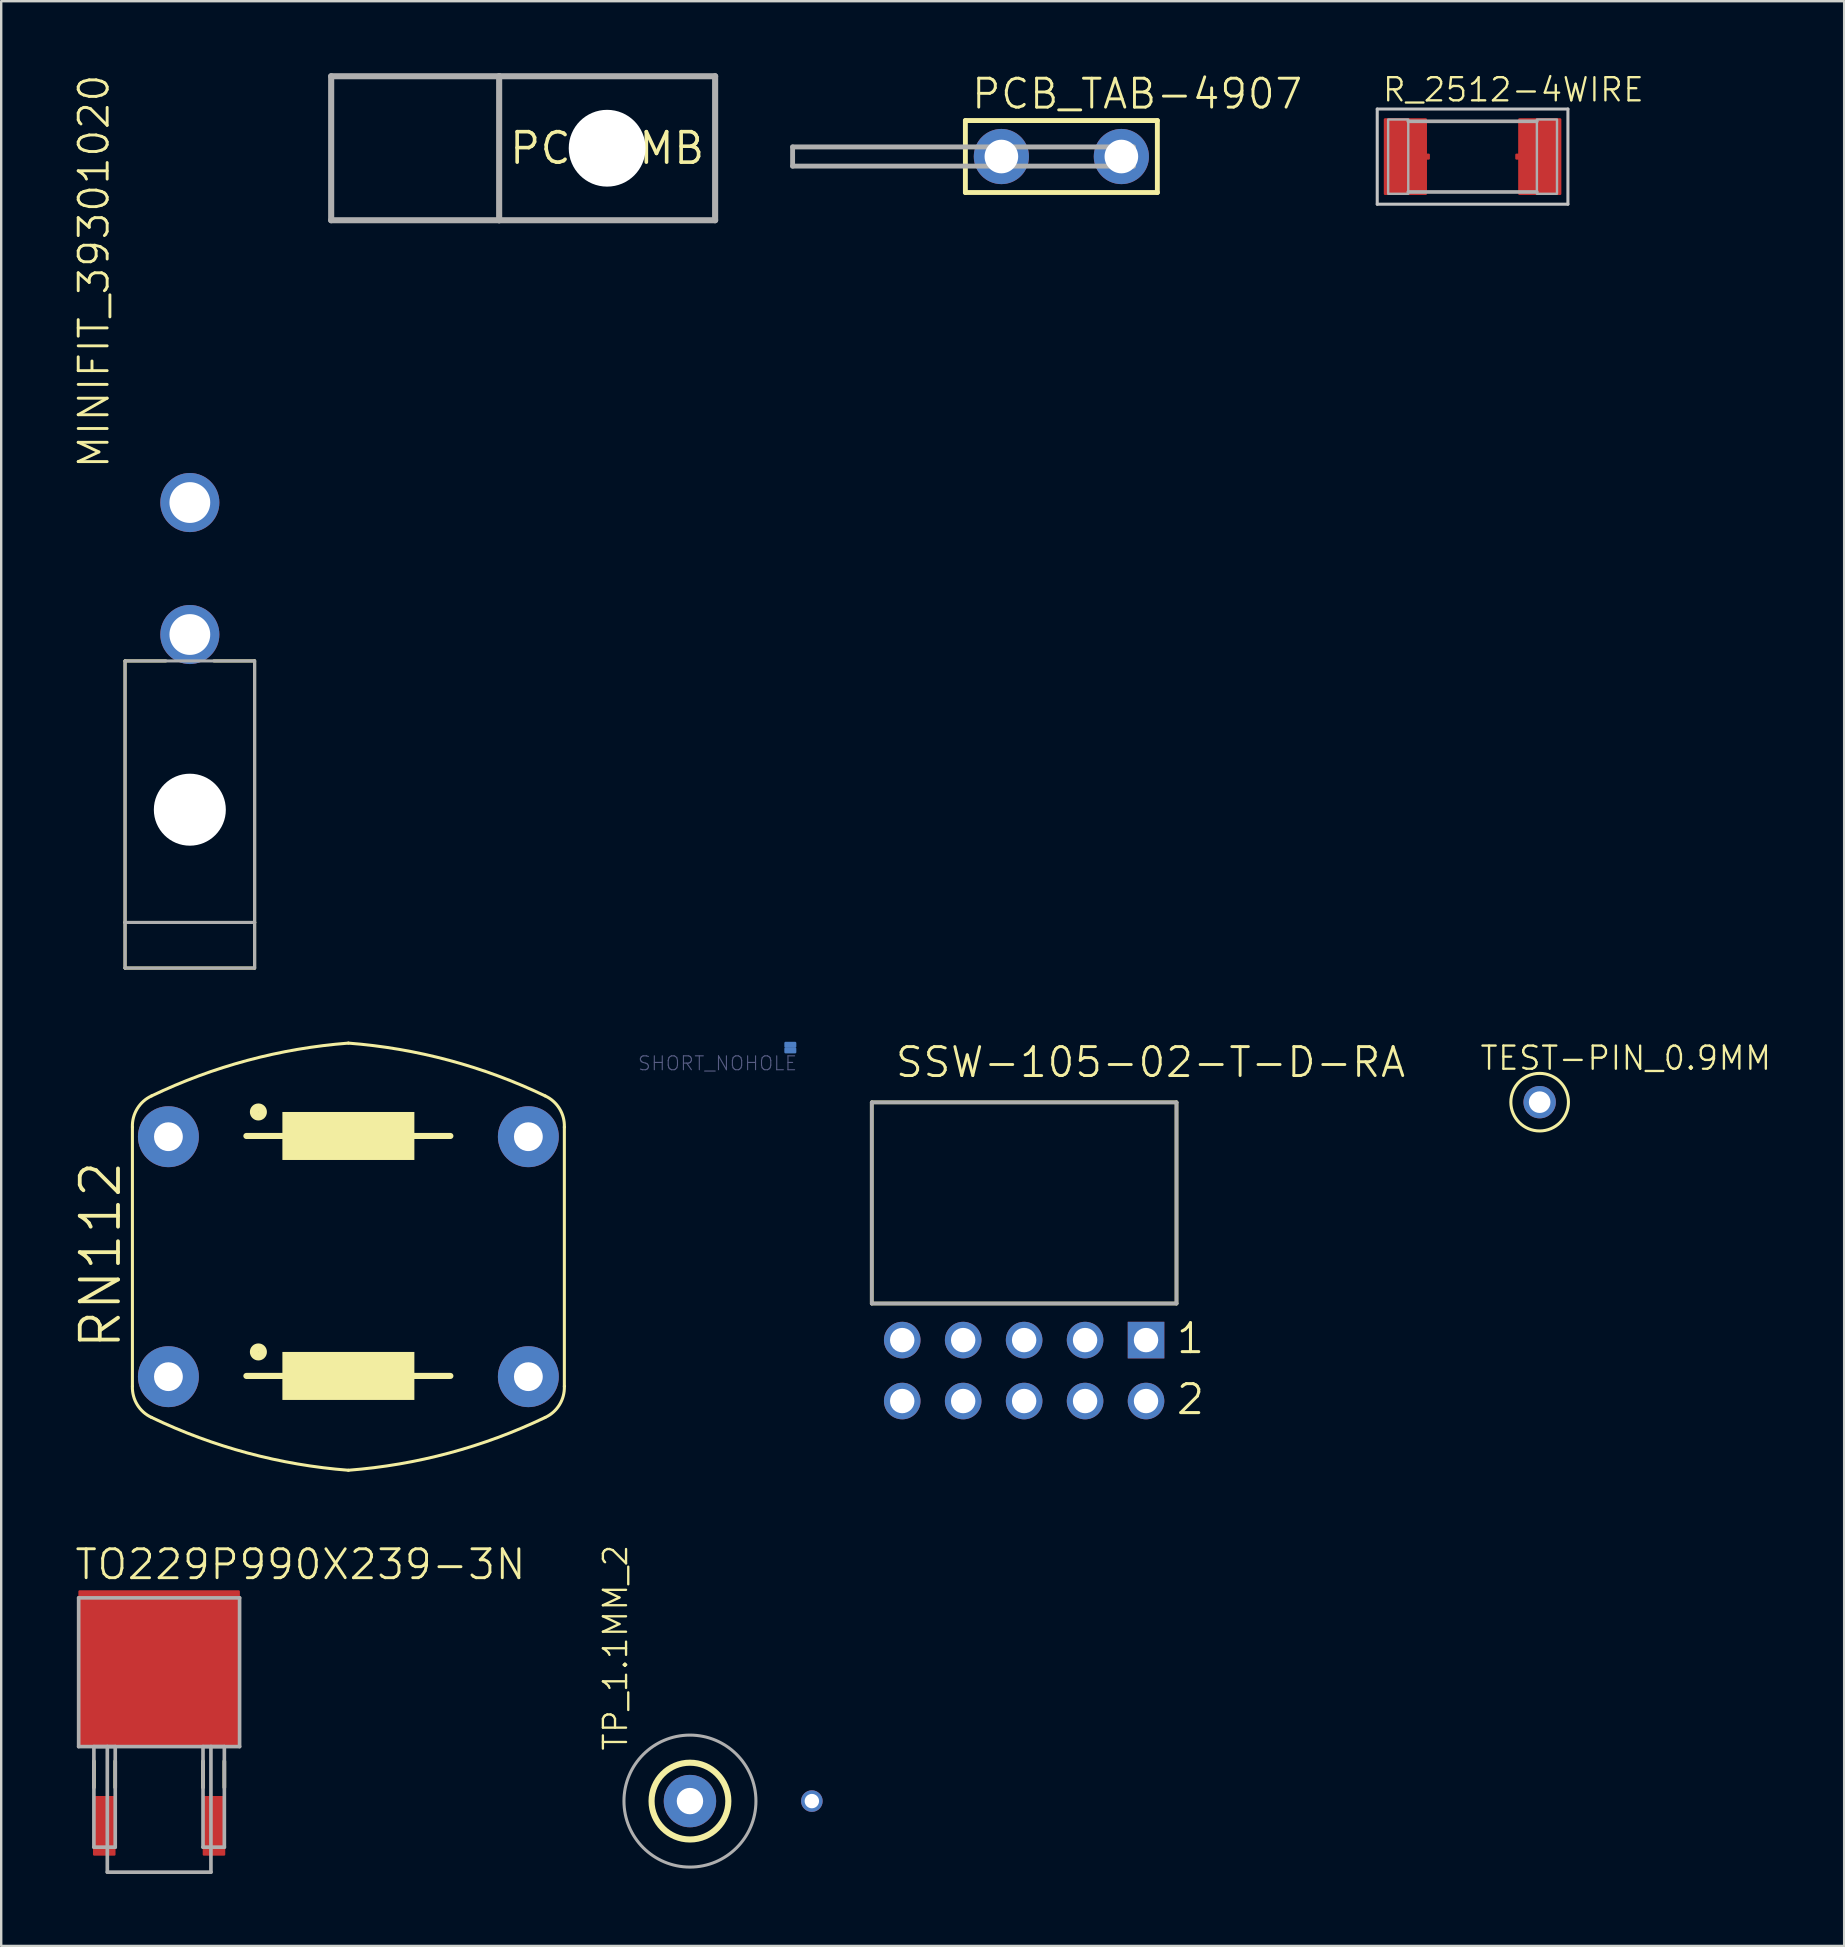
<source format=kicad_pcb>
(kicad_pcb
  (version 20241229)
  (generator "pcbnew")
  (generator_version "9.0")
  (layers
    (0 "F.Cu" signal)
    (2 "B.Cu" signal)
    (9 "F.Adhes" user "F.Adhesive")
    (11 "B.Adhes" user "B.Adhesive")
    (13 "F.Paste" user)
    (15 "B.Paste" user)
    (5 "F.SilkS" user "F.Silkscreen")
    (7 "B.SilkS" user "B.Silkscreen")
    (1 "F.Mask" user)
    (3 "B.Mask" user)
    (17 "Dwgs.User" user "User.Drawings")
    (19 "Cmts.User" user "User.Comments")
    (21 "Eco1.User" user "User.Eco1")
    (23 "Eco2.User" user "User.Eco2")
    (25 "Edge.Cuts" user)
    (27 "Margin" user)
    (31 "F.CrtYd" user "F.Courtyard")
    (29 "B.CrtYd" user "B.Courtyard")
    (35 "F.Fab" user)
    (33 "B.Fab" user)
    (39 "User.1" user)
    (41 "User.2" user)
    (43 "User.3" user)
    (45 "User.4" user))
  (footprint "PCB-MB"
    (layer "F.Cu")
    (at 22.251 3.127)
    (property "Reference" "PCB-MB" (at 0 0 0) (layer "F.SilkS") (effects (font (size 1.27 1.27) (thickness 0.15))))
    (attr through_hole)
    (fp_line (start -11.5 -3) (end -11.5 3) (stroke (width 0.254) (type solid)) (layer "F.Fab"))
    (fp_line (start -11.5 -3) (end -4.5 -3) (stroke (width 0.254) (type solid)) (layer "F.Fab"))
    (fp_line (start -11.5 3) (end -4.5 3) (stroke (width 0.254) (type solid)) (layer "F.Fab"))
    (fp_line (start -4.5 -3) (end -4.5 3) (stroke (width 0.254) (type solid)) (layer "F.Fab"))
    (fp_line (start -4.5 -3) (end 4.5 -3) (stroke (width 0.254) (type solid)) (layer "F.Fab"))
    (fp_line (start -4.5 3) (end 4.5 3) (stroke (width 0.254) (type solid)) (layer "F.Fab"))
    (fp_line (start 4.5 -3) (end 4.5 3) (stroke (width 0.254) (type solid)) (layer "F.Fab"))
    (pad "" np_thru_hole circle (at 0 0) (size 3.2 3.2) (drill 3.2) (layers "*.Cu" "*.Mask")))
  (footprint "PCB_TAB-4907"
    (layer "F.Cu")
    (at 41.18 3.473)
    (property "Reference" "PCB_TAB-4907" (at -3.81 -1.905 180) (layer "F.SilkS") (effects (font (size 1.206 1.206) (thickness 0.121)) (justify left bottom)))
    (attr through_hole)
    (fp_line (start -4 -1.5) (end -4 1.5) (stroke (width 0.203) (type solid)) (layer "F.SilkS"))
    (fp_line (start -4 1.5) (end 4 1.5) (stroke (width 0.203) (type solid)) (layer "F.SilkS"))
    (fp_line (start 4 -1.5) (end -4 -1.5) (stroke (width 0.203) (type solid)) (layer "F.SilkS"))
    (fp_line (start 4 1.5) (end 4 -1.5) (stroke (width 0.203) (type solid)) (layer "F.SilkS"))
    (fp_line (start -11.2 -0.4) (end -11.2 0.4) (stroke (width 0.203) (type solid)) (layer "F.Fab"))
    (fp_line (start 3 -0.4) (end -11.2 -0.4) (stroke (width 0.203) (type solid)) (layer "F.Fab"))
    (fp_line (start 3 -0.4) (end 3 0.4) (stroke (width 0.203) (type solid)) (layer "F.Fab"))
    (fp_line (start 3 0.4) (end -11.2 0.4) (stroke (width 0.203) (type solid)) (layer "F.Fab"))
    (pad "1" thru_hole circle (at -2.5 0 90) (size 2.3 2.3) (drill 1.4) (layers "*.Cu" "*.Mask"))
    (pad "2" thru_hole circle (at 2.5 0 90) (size 2.3 2.3) (drill 1.4) (layers "*.Cu" "*.Mask")))
  (footprint "SSW-105-02-T-D-RA"
    (layer "F.Cu")
    (at 34.548 55.335)
    (property "Reference" "SSW-105-02-T-D-RA" (at -0.356 -13.411 180) (layer "F.SilkS") (effects (font (size 1.206 1.206) (thickness 0.121)) (justify left bottom)))
    (attr through_hole)
    (fp_line (start -1.27 -12.446) (end -1.27 -4.064) (stroke (width 0.152) (type solid)) (layer "F.SilkS"))
    (fp_line (start -1.27 -4.064) (end 11.43 -4.064) (stroke (width 0.152) (type solid)) (layer "F.SilkS"))
    (fp_line (start 11.43 -12.446) (end -1.27 -12.446) (stroke (width 0.152) (type solid)) (layer "F.SilkS"))
    (fp_line (start 11.43 -4.064) (end 11.43 -12.446) (stroke (width 0.152) (type solid)) (layer "F.SilkS"))
    (fp_line (start -1.27 -12.446) (end -1.27 -4.064) (stroke (width 0.152) (type solid)) (layer "F.Fab"))
    (fp_line (start -1.27 -4.064) (end 11.43 -4.064) (stroke (width 0.152) (type solid)) (layer "F.Fab"))
    (fp_line (start 11.43 -12.446) (end -1.27 -12.446) (stroke (width 0.152) (type solid)) (layer "F.Fab"))
    (fp_line (start 11.43 -4.064) (end 11.43 -12.446) (stroke (width 0.152) (type solid)) (layer "F.Fab"))
    (fp_text user "2" (at 11.354 0.635 0) (layer "F.SilkS") (effects (font (size 1.206 1.206) (thickness 0.127)) (justify left bottom)))
    (fp_text user "1" (at 11.354 -1.905 0) (layer "F.SilkS") (effects (font (size 1.206 1.206) (thickness 0.127)) (justify left bottom)))
    (pad "1" thru_hole rect (at 10.16 -2.54) (size 1.524 1.524) (drill 1.016) (layers "*.Cu" "*.Mask"))
    (pad "2" thru_hole circle (at 10.16 0) (size 1.524 1.524) (drill 1.016) (layers "*.Cu" "*.Mask"))
    (pad "3" thru_hole circle (at 7.62 -2.54) (size 1.524 1.524) (drill 1.016) (layers "*.Cu" "*.Mask"))
    (pad "4" thru_hole circle (at 7.62 0) (size 1.524 1.524) (drill 1.016) (layers "*.Cu" "*.Mask"))
    (pad "5" thru_hole circle (at 5.08 -2.54) (size 1.524 1.524) (drill 1.016) (layers "*.Cu" "*.Mask"))
    (pad "6" thru_hole circle (at 5.08 0) (size 1.524 1.524) (drill 1.016) (layers "*.Cu" "*.Mask"))
    (pad "7" thru_hole circle (at 2.54 -2.54) (size 1.524 1.524) (drill 1.016) (layers "*.Cu" "*.Mask"))
    (pad "8" thru_hole circle (at 2.54 0) (size 1.524 1.524) (drill 1.016) (layers "*.Cu" "*.Mask"))
    (pad "9" thru_hole circle (at 0 -2.54) (size 1.524 1.524) (drill 1.016) (layers "*.Cu" "*.Mask"))
    (pad "10" thru_hole circle (at 0 0) (size 1.524 1.524) (drill 1.016) (layers "*.Cu" "*.Mask")))
  (footprint "SHORT_NOHOLE"
    (layer "F.Cu")
    (at 29.885 40.606)
    (property "Reference" "SHORT_NOHOLE" (at 0.318 0.318 180) (layer "B.Fab") (effects (font (size 0.579 0.579) (thickness 0.046)) (justify right top)))
    (attr through_hole)
    (pad "1" smd roundrect (at 0 -0.117 180) (size 0.5 0.25) (layers "B.Cu" "B.Mask") (roundrect_rratio 0.203))
    (pad "2" smd roundrect (at 0 0.117 180) (size 0.5 0.25) (layers "B.Cu" "B.Mask") (roundrect_rratio 0.203)))
  (footprint "TEST-PIN_0.9MM"
    (layer "F.Cu")
    (at 61.111 42.88)
    (property "Reference" "TEST-PIN_0.9MM" (at -2.54 -1.27 0) (layer "F.SilkS") (effects (font (size 0.965 0.965) (thickness 0.097)) (justify left bottom)))
    (attr through_hole)
    (fp_circle (center 0 0) (end 1.2 0) (stroke (width 0.127) (type solid)) (fill no) (layer "F.SilkS"))
    (pad "1" thru_hole circle (at 0 0) (size 1.35 1.35) (drill 0.9) (layers "*.Cu" "*.Mask")))
  (footprint "RN112"
    (layer "F.Cu")
    (at 11.468 49.319)
    (property "Reference" "RN112" (at -9.398 3.937 270) (layer "F.SilkS") (effects (font (size 1.593 1.593) (thickness 0.159)) (justify left bottom)))
    (attr through_hole)
    (fp_line (start -9 -5.4) (end -9 5.4) (stroke (width 0.127) (type solid)) (layer "F.SilkS"))
    (fp_line (start -4.25 -5.03) (end 4.25 -5.03) (stroke (width 0.254) (type solid)) (layer "F.SilkS"))
    (fp_line (start -4.25 4.97) (end 4.25 4.97) (stroke (width 0.254) (type solid)) (layer "F.SilkS"))
    (fp_line (start 9 -5.4) (end 9 5.4) (stroke (width 0.127) (type solid)) (layer "F.SilkS"))
    (fp_arc (start -9 -5.4) (mid -8.796804 -6.17111) (end -8.199999 -6.7) (stroke (width 0.127) (type solid)) (layer "F.SilkS"))
    (fp_arc (start -8.2 -6.7) (mid -4.202266 -8.181174) (end 0 -8.9) (stroke (width 0.127) (type solid)) (layer "F.SilkS"))
    (fp_arc (start -8.199998 6.7) (mid -8.796803 6.171111) (end -9 5.4) (stroke (width 0.127) (type solid)) (layer "F.SilkS"))
    (fp_arc (start 0 -8.9) (mid 4.202266 -8.181174) (end 8.2 -6.7) (stroke (width 0.127) (type solid)) (layer "F.SilkS"))
    (fp_arc (start 0 8.9) (mid -4.202266 8.181174) (end -8.2 6.7) (stroke (width 0.127) (type solid)) (layer "F.SilkS"))
    (fp_arc (start 8.199998 -6.7) (mid 8.796803 -6.171111) (end 9 -5.4) (stroke (width 0.127) (type solid)) (layer "F.SilkS"))
    (fp_arc (start 8.2 6.7) (mid 4.202266 8.181174) (end 0 8.9) (stroke (width 0.127) (type solid)) (layer "F.SilkS"))
    (fp_arc (start 9 5.4) (mid 8.796804 6.17111) (end 8.199999 6.7) (stroke (width 0.127) (type solid)) (layer "F.SilkS"))
    (fp_circle (center -3.75 -6.03) (end -3.57 -6.03) (stroke (width 0.35) (type solid)) (fill no) (layer "F.SilkS"))
    (fp_circle (center -3.75 3.97) (end -3.57 3.97) (stroke (width 0.35) (type solid)) (fill no) (layer "F.SilkS"))
    (fp_poly (pts (xy -2.75 -4.03) (xy 2.75 -4.03) (xy 2.75 -6.03) (xy -2.75 -6.03)) (stroke (width 0) (type solid)) (fill yes) (layer "F.SilkS"))
    (fp_poly (pts (xy -2.75 5.97) (xy 2.75 5.97) (xy 2.75 3.97) (xy -2.75 3.97)) (stroke (width 0) (type solid)) (fill yes) (layer "F.SilkS"))
    (pad "1" thru_hole circle (at -7.5 -5) (size 2.54 2.54) (drill 1.2) (layers "*.Cu" "*.Mask"))
    (pad "2" thru_hole circle (at 7.5 -5) (size 2.54 2.54) (drill 1.2) (layers "*.Cu" "*.Mask"))
    (pad "3" thru_hole circle (at -7.5 5) (size 2.54 2.54) (drill 1.2) (layers "*.Cu" "*.Mask"))
    (pad "4" thru_hole circle (at 7.5 5) (size 2.54 2.54) (drill 1.2) (layers "*.Cu" "*.Mask")))
  (footprint "TP_1.1MM_2"
    (layer "F.Cu")
    (at 25.702 72.006)
    (property "Reference" "TP_1.1MM_2" (at -2.54 -2.032 90) (layer "F.SilkS") (effects (font (size 0.965 0.965) (thickness 0.097)) (justify left bottom)))
    (attr through_hole)
    (fp_circle (center 0 0) (end 1.6 0) (stroke (width 0.254) (type solid)) (fill no) (layer "F.SilkS"))
    (fp_circle (center 0 0) (end 2.75 0) (stroke (width 0.127) (type solid)) (fill no) (layer "F.Fab"))
    (pad "GND" thru_hole circle (at 5.08 0) (size 0.9 0.9) (drill 0.6) (layers "*.Cu" "*.Mask"))
    (pad "TIP" thru_hole circle (at 0 0) (size 2.184 2.184) (drill 1.1) (layers "*.Cu" "*.Mask")))
  (footprint "MINIFIT_39301020"
    (layer "F.Cu")
    (at 4.861 23.392)
    (property "Reference" "MINIFIT_39301020" (at -3.292 -6.84 270) (layer "F.SilkS") (effects (font (size 1.206 1.206) (thickness 0.121)) (justify left bottom)))
    (attr through_hole)
    (fp_line (start -2.7 1.1) (end -2.7 12) (stroke (width 0.127) (type solid)) (layer "F.SilkS"))
    (fp_line (start -2.7 1.1) (end -1 1.1) (stroke (width 0.127) (type solid)) (layer "F.SilkS"))
    (fp_line (start -2.7 12) (end -2.7 13.9) (stroke (width 0.127) (type solid)) (layer "F.SilkS"))
    (fp_line (start 2.7 1.1) (end 1 1.1) (stroke (width 0.127) (type solid)) (layer "F.SilkS"))
    (fp_line (start 2.7 1.1) (end 2.7 12) (stroke (width 0.127) (type solid)) (layer "F.SilkS"))
    (fp_line (start 2.7 12) (end -2.7 12) (stroke (width 0.127) (type solid)) (layer "F.SilkS"))
    (fp_line (start 2.7 12) (end 2.7 13.9) (stroke (width 0.127) (type solid)) (layer "F.SilkS"))
    (fp_line (start 2.7 13.9) (end -2.7 13.9) (stroke (width 0.127) (type solid)) (layer "F.SilkS"))
    (fp_line (start -2.7 1.1) (end -2.7 12) (stroke (width 0.127) (type solid)) (layer "F.Fab"))
    (fp_line (start -2.7 12) (end -2.7 13.9) (stroke (width 0.127) (type solid)) (layer "F.Fab"))
    (fp_line (start 2.7 1.1) (end -2.7 1.1) (stroke (width 0.127) (type solid)) (layer "F.Fab"))
    (fp_line (start 2.7 1.1) (end 2.7 12) (stroke (width 0.127) (type solid)) (layer "F.Fab"))
    (fp_line (start 2.7 12) (end -2.7 12) (stroke (width 0.127) (type solid)) (layer "F.Fab"))
    (fp_line (start 2.7 12) (end 2.7 13.9) (stroke (width 0.127) (type solid)) (layer "F.Fab"))
    (fp_line (start 2.7 13.9) (end -2.7 13.9) (stroke (width 0.127) (type solid)) (layer "F.Fab"))
    (pad "" np_thru_hole circle (at 0 7.3) (size 3 3) (drill 3) (layers "*.Cu" "*.Mask"))
    (pad "1" thru_hole circle (at 0 0) (size 2.462 2.462) (drill 1.7) (layers "*.Cu" "*.Mask"))
    (pad "2" thru_hole circle (at 0 -5.5) (size 2.462 2.462) (drill 1.7) (layers "*.Cu" "*.Mask")))
  (footprint "R_2512-4WIRE"
    (layer "F.Cu")
    (at 58.316 3.477)
    (property "Reference" "R_2512-4WIRE" (at -3.81 -2.223 0) (layer "F.SilkS") (effects (font (size 0.965 0.965) (thickness 0.097)) (justify left bottom)))
    (attr through_hole)
    (fp_line (start -3.973 -1.983) (end 3.973 -1.983) (stroke (width 0.127) (type solid)) (layer "Dwgs.User"))
    (fp_line (start -3.973 1.983) (end -3.973 -1.983) (stroke (width 0.127) (type solid)) (layer "Dwgs.User"))
    (fp_line (start 3.973 -1.983) (end 3.973 1.983) (stroke (width 0.127) (type solid)) (layer "Dwgs.User"))
    (fp_line (start 3.973 1.983) (end -3.973 1.983) (stroke (width 0.127) (type solid)) (layer "Dwgs.User"))
    (fp_line (start -2.68 -1.473) (end 2.68 -1.473) (stroke (width 0.152) (type solid)) (layer "F.Fab"))
    (fp_line (start -2.68 1.473) (end 2.68 1.473) (stroke (width 0.152) (type solid)) (layer "F.Fab"))
    (fp_poly (pts (xy -3.518 1.549) (xy -2.68 1.549) (xy -2.68 -1.549) (xy -3.518 -1.549)) (stroke (width 0.1) (type solid)) (fill no) (layer "F.Fab"))
    (fp_poly (pts (xy 2.68 1.549) (xy 3.518 1.549) (xy 3.518 -1.549) (xy 2.68 -1.549)) (stroke (width 0.1) (type solid)) (fill no) (layer "F.Fab"))
    (pad "1" smd roundrect (at -2.8 0) (size 1.8 3.2) (layers "F.Cu" "F.Mask" "F.Paste") (roundrect_rratio 0.028))
    (pad "1S" smd roundrect (at -2.413 0) (size 1.27 0.254) (layers "F.Cu" "F.Mask") (roundrect_rratio 0.2))
    (pad "2" smd roundrect (at 2.8 0) (size 1.8 3.2) (layers "F.Cu" "F.Mask" "F.Paste") (roundrect_rratio 0.028))
    (pad "2S" smd roundrect (at 2.413 0 180) (size 1.27 0.254) (layers "F.Cu" "F.Mask") (roundrect_rratio 0.2)))
  (footprint "TO229P990X239-3N"
    (layer "F.Cu")
    (at 3.581 66.636)
    (property "Reference" "TO229P990X239-3N" (at -3.581 -3.785 180) (layer "F.SilkS") (effects (font (size 1.206 1.206) (thickness 0.121)) (justify left bottom)))
    (attr through_hole)
    (fp_line (start -2.718 3.708) (end -2.718 4.801) (stroke (width 0.152) (type solid)) (layer "F.SilkS"))
    (fp_line (start -1.829 3.708) (end -1.829 4.801) (stroke (width 0.152) (type solid)) (layer "F.SilkS"))
    (fp_line (start 1.829 3.708) (end 1.829 4.801) (stroke (width 0.152) (type solid)) (layer "F.SilkS"))
    (fp_line (start 2.718 3.708) (end 2.718 4.801) (stroke (width 0.152) (type solid)) (layer "F.SilkS"))
    (fp_line (start -3.353 -3.099) (end -3.353 3.099) (stroke (width 0.152) (type solid)) (layer "F.Fab"))
    (fp_line (start -3.353 3.099) (end 3.353 3.099) (stroke (width 0.152) (type solid)) (layer "F.Fab"))
    (fp_line (start -2.718 3.099) (end -2.718 7.29) (stroke (width 0.152) (type solid)) (layer "F.Fab"))
    (fp_line (start -2.718 7.29) (end -1.829 7.29) (stroke (width 0.152) (type solid)) (layer "F.Fab"))
    (fp_line (start -2.159 3.099) (end -2.718 3.099) (stroke (width 0.152) (type solid)) (layer "F.Fab"))
    (fp_line (start -2.159 3.099) (end -2.159 8.331) (stroke (width 0.152) (type solid)) (layer "F.Fab"))
    (fp_line (start -2.159 8.331) (end 2.159 8.331) (stroke (width 0.152) (type solid)) (layer "F.Fab"))
    (fp_line (start -1.829 3.099) (end -2.159 3.099) (stroke (width 0.152) (type solid)) (layer "F.Fab"))
    (fp_line (start -1.829 7.29) (end -1.829 3.099) (stroke (width 0.152) (type solid)) (layer "F.Fab"))
    (fp_line (start 1.829 3.099) (end 1.829 7.29) (stroke (width 0.152) (type solid)) (layer "F.Fab"))
    (fp_line (start 1.829 7.29) (end 2.718 7.29) (stroke (width 0.152) (type solid)) (layer "F.Fab"))
    (fp_line (start 2.159 3.099) (end 1.829 3.099) (stroke (width 0.152) (type solid)) (layer "F.Fab"))
    (fp_line (start 2.159 8.331) (end 2.159 3.099) (stroke (width 0.152) (type solid)) (layer "F.Fab"))
    (fp_line (start 2.718 3.099) (end 2.159 3.099) (stroke (width 0.152) (type solid)) (layer "F.Fab"))
    (fp_line (start 2.718 7.29) (end 2.718 3.099) (stroke (width 0.152) (type solid)) (layer "F.Fab"))
    (fp_line (start 3.353 -3.099) (end -3.353 -3.099) (stroke (width 0.152) (type solid)) (layer "F.Fab"))
    (fp_line (start 3.353 3.099) (end 3.353 -3.099) (stroke (width 0.152) (type solid)) (layer "F.Fab"))
    (pad "1" smd roundrect (at -2.286 6.401) (size 0.94 2.489) (layers "F.Cu" "F.Mask" "F.Paste") (roundrect_rratio 0.054))
    (pad "2" smd roundrect (at 0 -0.152) (size 6.731 6.528) (layers "F.Cu" "F.Mask" "F.Paste") (roundrect_rratio 0.008))
    (pad "3" smd roundrect (at 2.286 6.401) (size 0.94 2.489) (layers "F.Cu" "F.Mask" "F.Paste") (roundrect_rratio 0.054)))
  (gr_rect
    (start -3 -3)
    (end 73.801 78.043)
    (stroke (width 0.1) (type default))
    (fill no)
    (layer "Edge.Cuts")))
</source>
